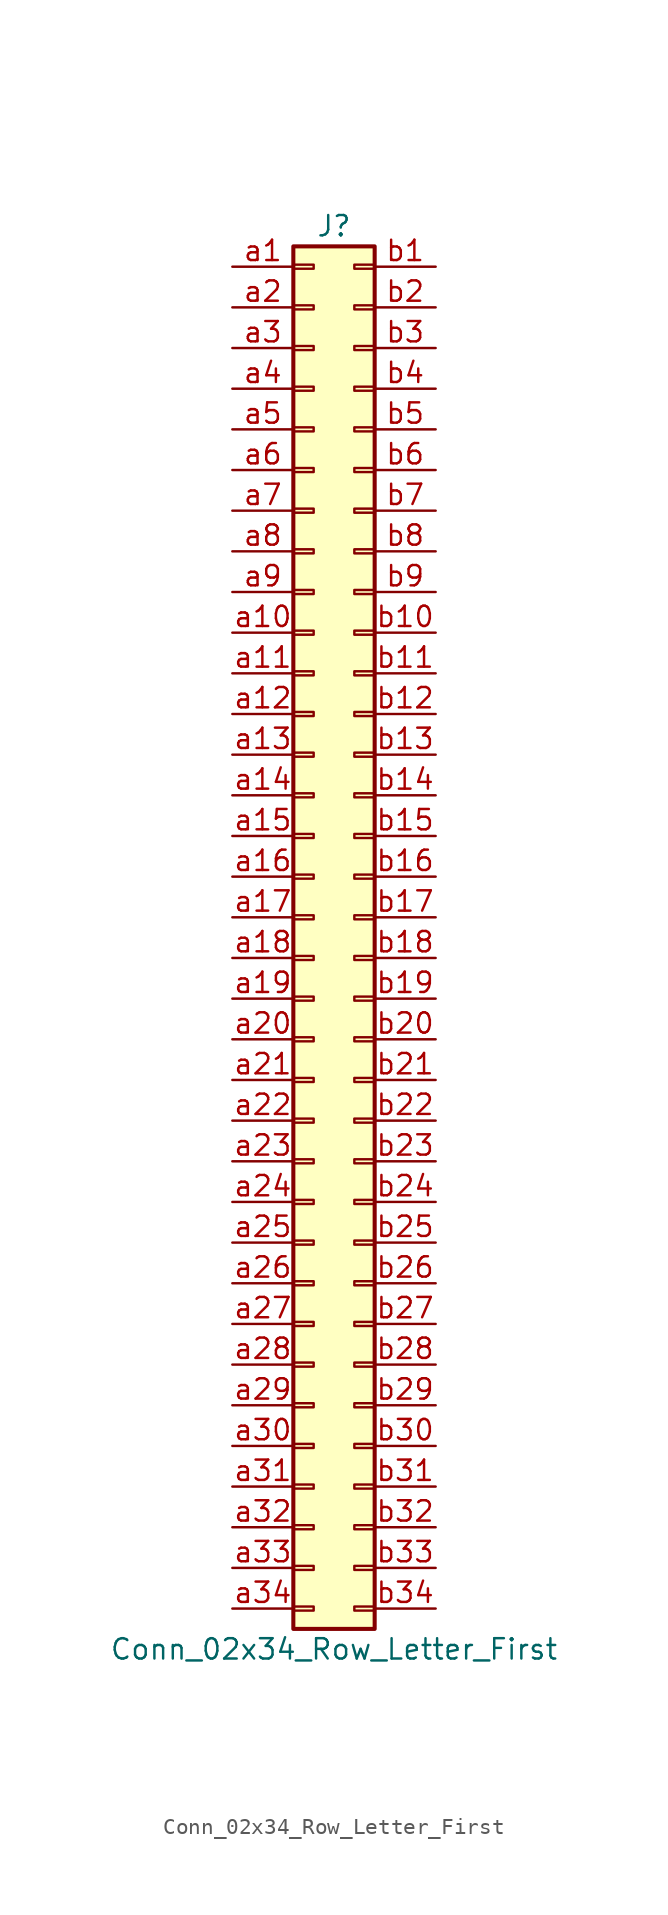
<source format=kicad_sym>
(kicad_symbol_lib
  (version 20201005)
  (generator kicad_symbol_editor)
  (symbol "Conn_02x34_Row_Letter_First"
    (pin_names
      (offset 1.016) hide)
    (property "Reference" "J"
      (at 1.27 43.18 0)
      (effects (font (size 1.27 1.27))))
    (property "Value" "Conn_02x34_Row_Letter_First"
      (at 1.27 -45.72 0)
      (effects (font (size 1.27 1.27))))
    (symbol "Conn_02x34_Row_Letter_First_1_1"
      (rectangle (start -1.27 -43.053) (end 0 -43.307) (stroke (width 0.152)) (fill (type none)))
      (rectangle (start -1.27 -40.513) (end 0 -40.767) (stroke (width 0.152)) (fill (type none)))
      (rectangle (start -1.27 -37.973) (end 0 -38.227) (stroke (width 0.152)) (fill (type none)))
      (rectangle (start -1.27 -35.433) (end 0 -35.687) (stroke (width 0.152)) (fill (type none)))
      (rectangle (start -1.27 -32.893) (end 0 -33.147) (stroke (width 0.152)) (fill (type none)))
      (rectangle (start -1.27 -30.353) (end 0 -30.607) (stroke (width 0.152)) (fill (type none)))
      (rectangle (start -1.27 -27.813) (end 0 -28.067) (stroke (width 0.152)) (fill (type none)))
      (rectangle (start -1.27 -25.273) (end 0 -25.527) (stroke (width 0.152)) (fill (type none)))
      (rectangle (start -1.27 -22.733) (end 0 -22.987) (stroke (width 0.152)) (fill (type none)))
      (rectangle (start -1.27 -20.193) (end 0 -20.447) (stroke (width 0.152)) (fill (type none)))
      (rectangle (start -1.27 -17.653) (end 0 -17.907) (stroke (width 0.152)) (fill (type none)))
      (rectangle (start -1.27 -15.113) (end 0 -15.367) (stroke (width 0.152)) (fill (type none)))
      (rectangle (start -1.27 -12.573) (end 0 -12.827) (stroke (width 0.152)) (fill (type none)))
      (rectangle (start -1.27 -10.033) (end 0 -10.287) (stroke (width 0.152)) (fill (type none)))
      (rectangle (start -1.27 -7.493) (end 0 -7.747) (stroke (width 0.152)) (fill (type none)))
      (rectangle (start -1.27 -4.953) (end 0 -5.207) (stroke (width 0.152)) (fill (type none)))
      (rectangle (start -1.27 -2.413) (end 0 -2.667) (stroke (width 0.152)) (fill (type none)))
      (rectangle (start -1.27 0.127) (end 0 -0.127) (stroke (width 0.152)) (fill (type none)))
      (rectangle (start -1.27 2.667) (end 0 2.413) (stroke (width 0.152)) (fill (type none)))
      (rectangle (start -1.27 5.207) (end 0 4.953) (stroke (width 0.152)) (fill (type none)))
      (rectangle (start -1.27 7.747) (end 0 7.493) (stroke (width 0.152)) (fill (type none)))
      (rectangle (start -1.27 10.287) (end 0 10.033) (stroke (width 0.152)) (fill (type none)))
      (rectangle (start -1.27 12.827) (end 0 12.573) (stroke (width 0.152)) (fill (type none)))
      (rectangle (start -1.27 15.367) (end 0 15.113) (stroke (width 0.152)) (fill (type none)))
      (rectangle (start -1.27 17.907) (end 0 17.653) (stroke (width 0.152)) (fill (type none)))
      (rectangle (start -1.27 20.447) (end 0 20.193) (stroke (width 0.152)) (fill (type none)))
      (rectangle (start -1.27 22.987) (end 0 22.733) (stroke (width 0.152)) (fill (type none)))
      (rectangle (start -1.27 25.527) (end 0 25.273) (stroke (width 0.152)) (fill (type none)))
      (rectangle (start -1.27 28.067) (end 0 27.813) (stroke (width 0.152)) (fill (type none)))
      (rectangle (start -1.27 30.607) (end 0 30.353) (stroke (width 0.152)) (fill (type none)))
      (rectangle (start -1.27 33.147) (end 0 32.893) (stroke (width 0.152)) (fill (type none)))
      (rectangle (start -1.27 35.687) (end 0 35.433) (stroke (width 0.152)) (fill (type none)))
      (rectangle (start -1.27 38.227) (end 0 37.973) (stroke (width 0.152)) (fill (type none)))
      (rectangle (start -1.27 40.767) (end 0 40.513) (stroke (width 0.152)) (fill (type none)))
      (rectangle (start -1.27 41.91) (end 3.81 -44.45) (stroke (width 0.254)) (fill (type background)))
      (rectangle (start 3.81 -43.053) (end 2.54 -43.307) (stroke (width 0.152)) (fill (type none)))
      (rectangle (start 3.81 -40.513) (end 2.54 -40.767) (stroke (width 0.152)) (fill (type none)))
      (rectangle (start 3.81 -37.973) (end 2.54 -38.227) (stroke (width 0.152)) (fill (type none)))
      (rectangle (start 3.81 -35.433) (end 2.54 -35.687) (stroke (width 0.152)) (fill (type none)))
      (rectangle (start 3.81 -32.893) (end 2.54 -33.147) (stroke (width 0.152)) (fill (type none)))
      (rectangle (start 3.81 -30.353) (end 2.54 -30.607) (stroke (width 0.152)) (fill (type none)))
      (rectangle (start 3.81 -27.813) (end 2.54 -28.067) (stroke (width 0.152)) (fill (type none)))
      (rectangle (start 3.81 -25.273) (end 2.54 -25.527) (stroke (width 0.152)) (fill (type none)))
      (rectangle (start 3.81 -22.733) (end 2.54 -22.987) (stroke (width 0.152)) (fill (type none)))
      (rectangle (start 3.81 -20.193) (end 2.54 -20.447) (stroke (width 0.152)) (fill (type none)))
      (rectangle (start 3.81 -17.653) (end 2.54 -17.907) (stroke (width 0.152)) (fill (type none)))
      (rectangle (start 3.81 -15.113) (end 2.54 -15.367) (stroke (width 0.152)) (fill (type none)))
      (rectangle (start 3.81 -12.573) (end 2.54 -12.827) (stroke (width 0.152)) (fill (type none)))
      (rectangle (start 3.81 -10.033) (end 2.54 -10.287) (stroke (width 0.152)) (fill (type none)))
      (rectangle (start 3.81 -7.493) (end 2.54 -7.747) (stroke (width 0.152)) (fill (type none)))
      (rectangle (start 3.81 -4.953) (end 2.54 -5.207) (stroke (width 0.152)) (fill (type none)))
      (rectangle (start 3.81 -2.413) (end 2.54 -2.667) (stroke (width 0.152)) (fill (type none)))
      (rectangle (start 3.81 0.127) (end 2.54 -0.127) (stroke (width 0.152)) (fill (type none)))
      (rectangle (start 3.81 2.667) (end 2.54 2.413) (stroke (width 0.152)) (fill (type none)))
      (rectangle (start 3.81 5.207) (end 2.54 4.953) (stroke (width 0.152)) (fill (type none)))
      (rectangle (start 3.81 7.747) (end 2.54 7.493) (stroke (width 0.152)) (fill (type none)))
      (rectangle (start 3.81 10.287) (end 2.54 10.033) (stroke (width 0.152)) (fill (type none)))
      (rectangle (start 3.81 12.827) (end 2.54 12.573) (stroke (width 0.152)) (fill (type none)))
      (rectangle (start 3.81 15.367) (end 2.54 15.113) (stroke (width 0.152)) (fill (type none)))
      (rectangle (start 3.81 17.907) (end 2.54 17.653) (stroke (width 0.152)) (fill (type none)))
      (rectangle (start 3.81 20.447) (end 2.54 20.193) (stroke (width 0.152)) (fill (type none)))
      (rectangle (start 3.81 22.987) (end 2.54 22.733) (stroke (width 0.152)) (fill (type none)))
      (rectangle (start 3.81 25.527) (end 2.54 25.273) (stroke (width 0.152)) (fill (type none)))
      (rectangle (start 3.81 28.067) (end 2.54 27.813) (stroke (width 0.152)) (fill (type none)))
      (rectangle (start 3.81 30.607) (end 2.54 30.353) (stroke (width 0.152)) (fill (type none)))
      (rectangle (start 3.81 33.147) (end 2.54 32.893) (stroke (width 0.152)) (fill (type none)))
      (rectangle (start 3.81 35.687) (end 2.54 35.433) (stroke (width 0.152)) (fill (type none)))
      (rectangle (start 3.81 38.227) (end 2.54 37.973) (stroke (width 0.152)) (fill (type none)))
      (rectangle (start 3.81 40.767) (end 2.54 40.513) (stroke (width 0.152)) (fill (type none)))
      (pin passive line (at -5.08 40.64 0) (length 3.81) (name "Pin_a1" (effects (font (size 1.27 1.27)))) (number "a1" (effects (font (size 1.27 1.27)))))
      (pin passive line (at -5.08 17.78 0) (length 3.81) (name "Pin_a10" (effects (font (size 1.27 1.27)))) (number "a10" (effects (font (size 1.27 1.27)))))
      (pin passive line (at -5.08 15.24 0) (length 3.81) (name "Pin_a11" (effects (font (size 1.27 1.27)))) (number "a11" (effects (font (size 1.27 1.27)))))
      (pin passive line (at -5.08 12.7 0) (length 3.81) (name "Pin_a12" (effects (font (size 1.27 1.27)))) (number "a12" (effects (font (size 1.27 1.27)))))
      (pin passive line (at -5.08 10.16 0) (length 3.81) (name "Pin_a13" (effects (font (size 1.27 1.27)))) (number "a13" (effects (font (size 1.27 1.27)))))
      (pin passive line (at -5.08 7.62 0) (length 3.81) (name "Pin_a14" (effects (font (size 1.27 1.27)))) (number "a14" (effects (font (size 1.27 1.27)))))
      (pin passive line (at -5.08 5.08 0) (length 3.81) (name "Pin_a15" (effects (font (size 1.27 1.27)))) (number "a15" (effects (font (size 1.27 1.27)))))
      (pin passive line (at -5.08 2.54 0) (length 3.81) (name "Pin_a16" (effects (font (size 1.27 1.27)))) (number "a16" (effects (font (size 1.27 1.27)))))
      (pin passive line (at -5.08 0 0) (length 3.81) (name "Pin_a17" (effects (font (size 1.27 1.27)))) (number "a17" (effects (font (size 1.27 1.27)))))
      (pin passive line (at -5.08 -2.54 0) (length 3.81) (name "Pin_a18" (effects (font (size 1.27 1.27)))) (number "a18" (effects (font (size 1.27 1.27)))))
      (pin passive line (at -5.08 -5.08 0) (length 3.81) (name "Pin_a19" (effects (font (size 1.27 1.27)))) (number "a19" (effects (font (size 1.27 1.27)))))
      (pin passive line (at -5.08 38.1 0) (length 3.81) (name "Pin_a2" (effects (font (size 1.27 1.27)))) (number "a2" (effects (font (size 1.27 1.27)))))
      (pin passive line (at -5.08 -7.62 0) (length 3.81) (name "Pin_a20" (effects (font (size 1.27 1.27)))) (number "a20" (effects (font (size 1.27 1.27)))))
      (pin passive line (at -5.08 -10.16 0) (length 3.81) (name "Pin_a21" (effects (font (size 1.27 1.27)))) (number "a21" (effects (font (size 1.27 1.27)))))
      (pin passive line (at -5.08 -12.7 0) (length 3.81) (name "Pin_a22" (effects (font (size 1.27 1.27)))) (number "a22" (effects (font (size 1.27 1.27)))))
      (pin passive line (at -5.08 -15.24 0) (length 3.81) (name "Pin_a23" (effects (font (size 1.27 1.27)))) (number "a23" (effects (font (size 1.27 1.27)))))
      (pin passive line (at -5.08 -17.78 0) (length 3.81) (name "Pin_a24" (effects (font (size 1.27 1.27)))) (number "a24" (effects (font (size 1.27 1.27)))))
      (pin passive line (at -5.08 -20.32 0) (length 3.81) (name "Pin_a25" (effects (font (size 1.27 1.27)))) (number "a25" (effects (font (size 1.27 1.27)))))
      (pin passive line (at -5.08 -22.86 0) (length 3.81) (name "Pin_a26" (effects (font (size 1.27 1.27)))) (number "a26" (effects (font (size 1.27 1.27)))))
      (pin passive line (at -5.08 -25.4 0) (length 3.81) (name "Pin_a27" (effects (font (size 1.27 1.27)))) (number "a27" (effects (font (size 1.27 1.27)))))
      (pin passive line (at -5.08 -27.94 0) (length 3.81) (name "Pin_a28" (effects (font (size 1.27 1.27)))) (number "a28" (effects (font (size 1.27 1.27)))))
      (pin passive line (at -5.08 -30.48 0) (length 3.81) (name "Pin_a29" (effects (font (size 1.27 1.27)))) (number "a29" (effects (font (size 1.27 1.27)))))
      (pin passive line (at -5.08 35.56 0) (length 3.81) (name "Pin_a3" (effects (font (size 1.27 1.27)))) (number "a3" (effects (font (size 1.27 1.27)))))
      (pin passive line (at -5.08 -33.02 0) (length 3.81) (name "Pin_a30" (effects (font (size 1.27 1.27)))) (number "a30" (effects (font (size 1.27 1.27)))))
      (pin passive line (at -5.08 -35.56 0) (length 3.81) (name "Pin_a31" (effects (font (size 1.27 1.27)))) (number "a31" (effects (font (size 1.27 1.27)))))
      (pin passive line (at -5.08 -38.1 0) (length 3.81) (name "Pin_a32" (effects (font (size 1.27 1.27)))) (number "a32" (effects (font (size 1.27 1.27)))))
      (pin passive line (at -5.08 -40.64 0) (length 3.81) (name "Pin_a33" (effects (font (size 1.27 1.27)))) (number "a33" (effects (font (size 1.27 1.27)))))
      (pin passive line (at -5.08 -43.18 0) (length 3.81) (name "Pin_a34" (effects (font (size 1.27 1.27)))) (number "a34" (effects (font (size 1.27 1.27)))))
      (pin passive line (at -5.08 33.02 0) (length 3.81) (name "Pin_a4" (effects (font (size 1.27 1.27)))) (number "a4" (effects (font (size 1.27 1.27)))))
      (pin passive line (at -5.08 30.48 0) (length 3.81) (name "Pin_a5" (effects (font (size 1.27 1.27)))) (number "a5" (effects (font (size 1.27 1.27)))))
      (pin passive line (at -5.08 27.94 0) (length 3.81) (name "Pin_a6" (effects (font (size 1.27 1.27)))) (number "a6" (effects (font (size 1.27 1.27)))))
      (pin passive line (at -5.08 25.4 0) (length 3.81) (name "Pin_a7" (effects (font (size 1.27 1.27)))) (number "a7" (effects (font (size 1.27 1.27)))))
      (pin passive line (at -5.08 22.86 0) (length 3.81) (name "Pin_a8" (effects (font (size 1.27 1.27)))) (number "a8" (effects (font (size 1.27 1.27)))))
      (pin passive line (at -5.08 20.32 0) (length 3.81) (name "Pin_a9" (effects (font (size 1.27 1.27)))) (number "a9" (effects (font (size 1.27 1.27)))))
      (pin passive line (at 7.62 40.64 180) (length 3.81) (name "Pin_b1" (effects (font (size 1.27 1.27)))) (number "b1" (effects (font (size 1.27 1.27)))))
      (pin passive line (at 7.62 17.78 180) (length 3.81) (name "Pin_b10" (effects (font (size 1.27 1.27)))) (number "b10" (effects (font (size 1.27 1.27)))))
      (pin passive line (at 7.62 15.24 180) (length 3.81) (name "Pin_b11" (effects (font (size 1.27 1.27)))) (number "b11" (effects (font (size 1.27 1.27)))))
      (pin passive line (at 7.62 12.7 180) (length 3.81) (name "Pin_b12" (effects (font (size 1.27 1.27)))) (number "b12" (effects (font (size 1.27 1.27)))))
      (pin passive line (at 7.62 10.16 180) (length 3.81) (name "Pin_b13" (effects (font (size 1.27 1.27)))) (number "b13" (effects (font (size 1.27 1.27)))))
      (pin passive line (at 7.62 7.62 180) (length 3.81) (name "Pin_b14" (effects (font (size 1.27 1.27)))) (number "b14" (effects (font (size 1.27 1.27)))))
      (pin passive line (at 7.62 5.08 180) (length 3.81) (name "Pin_b15" (effects (font (size 1.27 1.27)))) (number "b15" (effects (font (size 1.27 1.27)))))
      (pin passive line (at 7.62 2.54 180) (length 3.81) (name "Pin_b16" (effects (font (size 1.27 1.27)))) (number "b16" (effects (font (size 1.27 1.27)))))
      (pin passive line (at 7.62 0 180) (length 3.81) (name "Pin_b17" (effects (font (size 1.27 1.27)))) (number "b17" (effects (font (size 1.27 1.27)))))
      (pin passive line (at 7.62 -2.54 180) (length 3.81) (name "Pin_b18" (effects (font (size 1.27 1.27)))) (number "b18" (effects (font (size 1.27 1.27)))))
      (pin passive line (at 7.62 -5.08 180) (length 3.81) (name "Pin_b19" (effects (font (size 1.27 1.27)))) (number "b19" (effects (font (size 1.27 1.27)))))
      (pin passive line (at 7.62 38.1 180) (length 3.81) (name "Pin_b2" (effects (font (size 1.27 1.27)))) (number "b2" (effects (font (size 1.27 1.27)))))
      (pin passive line (at 7.62 -7.62 180) (length 3.81) (name "Pin_b20" (effects (font (size 1.27 1.27)))) (number "b20" (effects (font (size 1.27 1.27)))))
      (pin passive line (at 7.62 -10.16 180) (length 3.81) (name "Pin_b21" (effects (font (size 1.27 1.27)))) (number "b21" (effects (font (size 1.27 1.27)))))
      (pin passive line (at 7.62 -12.7 180) (length 3.81) (name "Pin_b22" (effects (font (size 1.27 1.27)))) (number "b22" (effects (font (size 1.27 1.27)))))
      (pin passive line (at 7.62 -15.24 180) (length 3.81) (name "Pin_b23" (effects (font (size 1.27 1.27)))) (number "b23" (effects (font (size 1.27 1.27)))))
      (pin passive line (at 7.62 -17.78 180) (length 3.81) (name "Pin_b24" (effects (font (size 1.27 1.27)))) (number "b24" (effects (font (size 1.27 1.27)))))
      (pin passive line (at 7.62 -20.32 180) (length 3.81) (name "Pin_b25" (effects (font (size 1.27 1.27)))) (number "b25" (effects (font (size 1.27 1.27)))))
      (pin passive line (at 7.62 -22.86 180) (length 3.81) (name "Pin_b26" (effects (font (size 1.27 1.27)))) (number "b26" (effects (font (size 1.27 1.27)))))
      (pin passive line (at 7.62 -25.4 180) (length 3.81) (name "Pin_b27" (effects (font (size 1.27 1.27)))) (number "b27" (effects (font (size 1.27 1.27)))))
      (pin passive line (at 7.62 -27.94 180) (length 3.81) (name "Pin_b28" (effects (font (size 1.27 1.27)))) (number "b28" (effects (font (size 1.27 1.27)))))
      (pin passive line (at 7.62 -30.48 180) (length 3.81) (name "Pin_b29" (effects (font (size 1.27 1.27)))) (number "b29" (effects (font (size 1.27 1.27)))))
      (pin passive line (at 7.62 35.56 180) (length 3.81) (name "Pin_b3" (effects (font (size 1.27 1.27)))) (number "b3" (effects (font (size 1.27 1.27)))))
      (pin passive line (at 7.62 -33.02 180) (length 3.81) (name "Pin_b30" (effects (font (size 1.27 1.27)))) (number "b30" (effects (font (size 1.27 1.27)))))
      (pin passive line (at 7.62 -35.56 180) (length 3.81) (name "Pin_b31" (effects (font (size 1.27 1.27)))) (number "b31" (effects (font (size 1.27 1.27)))))
      (pin passive line (at 7.62 -38.1 180) (length 3.81) (name "Pin_b32" (effects (font (size 1.27 1.27)))) (number "b32" (effects (font (size 1.27 1.27)))))
      (pin passive line (at 7.62 -40.64 180) (length 3.81) (name "Pin_b33" (effects (font (size 1.27 1.27)))) (number "b33" (effects (font (size 1.27 1.27)))))
      (pin passive line (at 7.62 -43.18 180) (length 3.81) (name "Pin_b34" (effects (font (size 1.27 1.27)))) (number "b34" (effects (font (size 1.27 1.27)))))
      (pin passive line (at 7.62 33.02 180) (length 3.81) (name "Pin_b4" (effects (font (size 1.27 1.27)))) (number "b4" (effects (font (size 1.27 1.27)))))
      (pin passive line (at 7.62 30.48 180) (length 3.81) (name "Pin_b5" (effects (font (size 1.27 1.27)))) (number "b5" (effects (font (size 1.27 1.27)))))
      (pin passive line (at 7.62 27.94 180) (length 3.81) (name "Pin_b6" (effects (font (size 1.27 1.27)))) (number "b6" (effects (font (size 1.27 1.27)))))
      (pin passive line (at 7.62 25.4 180) (length 3.81) (name "Pin_b7" (effects (font (size 1.27 1.27)))) (number "b7" (effects (font (size 1.27 1.27)))))
      (pin passive line (at 7.62 22.86 180) (length 3.81) (name "Pin_b8" (effects (font (size 1.27 1.27)))) (number "b8" (effects (font (size 1.27 1.27)))))
      (pin passive line (at 7.62 20.32 180) (length 3.81) (name "Pin_b9" (effects (font (size 1.27 1.27)))) (number "b9" (effects (font (size 1.27 1.27))))))))
</source>
